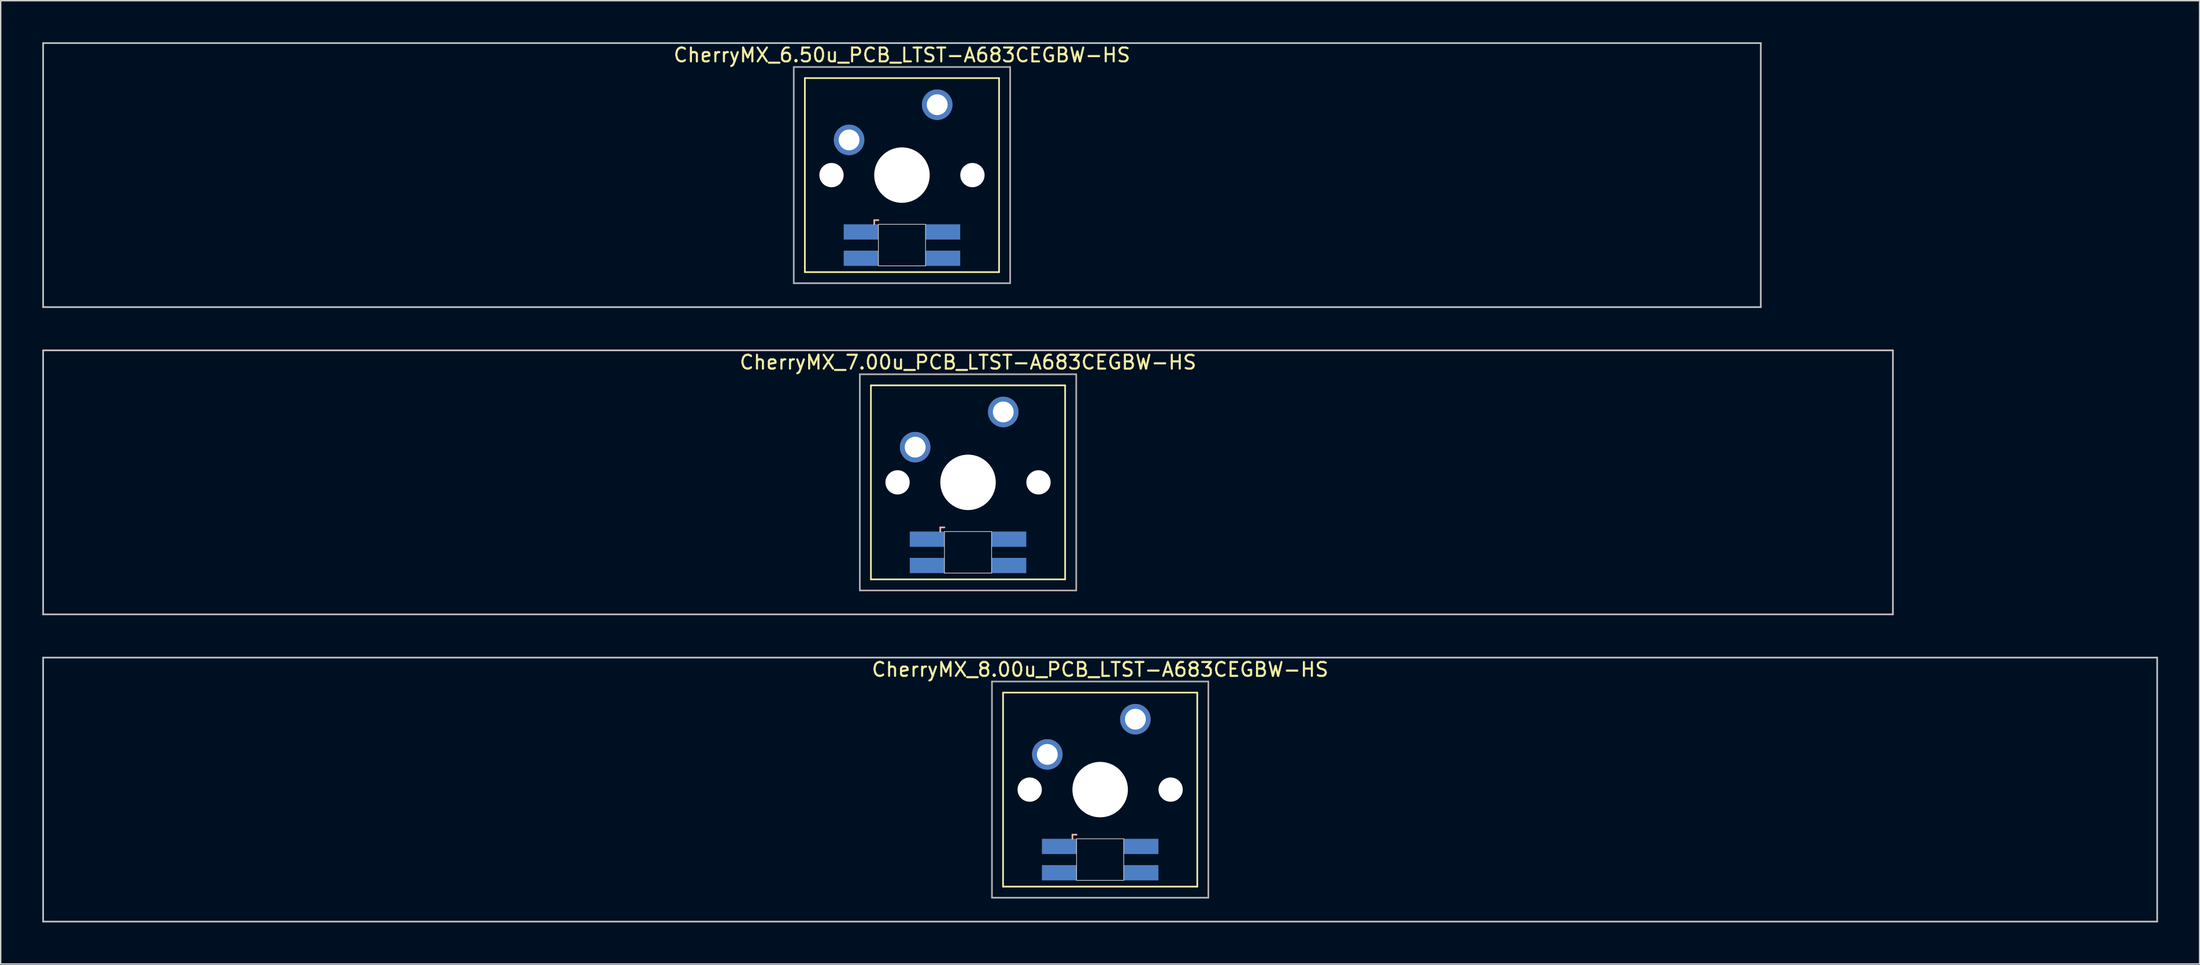
<source format=kicad_pcb>
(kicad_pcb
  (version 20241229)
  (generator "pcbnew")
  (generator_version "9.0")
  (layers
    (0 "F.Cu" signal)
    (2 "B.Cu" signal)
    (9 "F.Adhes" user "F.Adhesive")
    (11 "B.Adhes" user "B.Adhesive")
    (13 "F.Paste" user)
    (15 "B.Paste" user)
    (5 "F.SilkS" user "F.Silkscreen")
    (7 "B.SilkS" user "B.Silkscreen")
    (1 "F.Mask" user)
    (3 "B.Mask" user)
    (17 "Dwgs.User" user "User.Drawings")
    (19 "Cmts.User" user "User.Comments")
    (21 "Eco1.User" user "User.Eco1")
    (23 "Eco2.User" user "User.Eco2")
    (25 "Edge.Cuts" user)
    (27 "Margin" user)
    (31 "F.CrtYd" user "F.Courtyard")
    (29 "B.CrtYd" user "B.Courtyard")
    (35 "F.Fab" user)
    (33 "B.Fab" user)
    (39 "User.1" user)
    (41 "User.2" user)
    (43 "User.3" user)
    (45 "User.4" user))
  (footprint "CherryMX_6.50u_PCB_LTST-A683CEGBW-HS"
    (layer "F.Cu")
    (at 61.972 9.585)
    (property "Reference" "CherryMX_6.50u_PCB_LTST-A683CEGBW-HS" (at 0 -8.662 0) (layer "F.SilkS") (effects (font (size 1 1) (thickness 0.15))))
    (attr through_hole)
    (fp_line (start -7 -7) (end -7 7) (stroke (width 0.12) (type solid)) (layer "F.SilkS"))
    (fp_line (start -7 -7) (end 7 -7) (stroke (width 0.12) (type solid)) (layer "F.SilkS"))
    (fp_line (start 7 -7) (end 7 7) (stroke (width 0.12) (type solid)) (layer "F.SilkS"))
    (fp_line (start 7 7) (end -7 7) (stroke (width 0.12) (type solid)) (layer "F.SilkS"))
    (fp_line (start -2 3.25) (end -2 3.55) (stroke (width 0.12) (type solid)) (layer "B.SilkS"))
    (fp_line (start -1.7 3.25) (end -2 3.25) (stroke (width 0.12) (type solid)) (layer "B.SilkS"))
    (fp_line (start -61.913 -9.525) (end 61.913 -9.525) (stroke (width 0.12) (type solid)) (layer "Dwgs.User"))
    (fp_line (start -61.913 9.525) (end -61.913 -9.525) (stroke (width 0.12) (type solid)) (layer "Dwgs.User"))
    (fp_line (start 61.913 -9.525) (end 61.913 9.525) (stroke (width 0.12) (type solid)) (layer "Dwgs.User"))
    (fp_line (start 61.913 9.525) (end -61.913 9.525) (stroke (width 0.12) (type solid)) (layer "Dwgs.User"))
    (fp_line (start -1.7 3.55) (end 1.7 3.55) (stroke (width 0.05) (type solid)) (layer "Edge.Cuts"))
    (fp_line (start -1.7 6.55) (end -1.7 3.55) (stroke (width 0.05) (type solid)) (layer "Edge.Cuts"))
    (fp_line (start 1.7 3.55) (end 1.7 6.55) (stroke (width 0.05) (type solid)) (layer "Edge.Cuts"))
    (fp_line (start 1.7 6.55) (end -1.7 6.55) (stroke (width 0.05) (type solid)) (layer "Edge.Cuts"))
    (fp_line (start -7.8 -7.8) (end -7.8 7.8) (stroke (width 0.12) (type solid)) (layer "F.Fab"))
    (fp_line (start -7.8 -7.8) (end 7.8 -7.8) (stroke (width 0.12) (type solid)) (layer "F.Fab"))
    (fp_line (start -7.8 7.8) (end 7.8 7.8) (stroke (width 0.12) (type solid)) (layer "F.Fab"))
    (fp_line (start 7.8 -7.8) (end 7.8 7.8) (stroke (width 0.12) (type solid)) (layer "F.Fab"))
    (pad "" np_thru_hole circle (at -5.08 0) (size 1.75 1.75) (drill 1.75) (layers "*.Cu" "*.Mask"))
    (pad "" np_thru_hole circle (at 0 0) (size 4 4) (drill 4) (layers "*.Cu" "*.Mask"))
    (pad "" np_thru_hole circle (at 5.08 0) (size 1.75 1.75) (drill 1.75) (layers "*.Cu" "*.Mask"))
    (pad "1" thru_hole circle (at -3.81 -2.54) (size 2.2 2.2) (drill 1.5) (layers "*.Cu" "*.Mask"))
    (pad "2" thru_hole circle (at 2.54 -5.08) (size 2.2 2.2) (drill 1.5) (layers "*.Cu" "*.Mask"))
    (pad "3" smd rect (at -2.95 4.1) (size 2.5 1.1) (layers "B.Cu" "B.Mask" "B.Paste"))
    (pad "4" smd rect (at -2.95 6) (size 2.5 1.1) (layers "B.Cu" "B.Mask" "B.Paste"))
    (pad "5" smd rect (at 2.95 4.1) (size 2.5 1.1) (layers "B.Cu" "B.Mask" "B.Paste"))
    (pad "6" smd rect (at 2.95 6) (size 2.5 1.1) (layers "B.Cu" "B.Mask" "B.Paste")))
  (footprint "CherryMX_8.00u_PCB_LTST-A683CEGBW-HS"
    (layer "F.Cu")
    (at 76.26 53.925)
    (property "Reference" "CherryMX_8.00u_PCB_LTST-A683CEGBW-HS" (at 0 -8.662 0) (layer "F.SilkS") (effects (font (size 1 1) (thickness 0.15))))
    (attr through_hole)
    (fp_line (start -7 -7) (end -7 7) (stroke (width 0.12) (type solid)) (layer "F.SilkS"))
    (fp_line (start -7 -7) (end 7 -7) (stroke (width 0.12) (type solid)) (layer "F.SilkS"))
    (fp_line (start 7 -7) (end 7 7) (stroke (width 0.12) (type solid)) (layer "F.SilkS"))
    (fp_line (start 7 7) (end -7 7) (stroke (width 0.12) (type solid)) (layer "F.SilkS"))
    (fp_line (start -2 3.25) (end -2 3.55) (stroke (width 0.12) (type solid)) (layer "B.SilkS"))
    (fp_line (start -1.7 3.25) (end -2 3.25) (stroke (width 0.12) (type solid)) (layer "B.SilkS"))
    (fp_line (start -76.2 -9.525) (end 76.2 -9.525) (stroke (width 0.12) (type solid)) (layer "Dwgs.User"))
    (fp_line (start -76.2 9.525) (end -76.2 -9.525) (stroke (width 0.12) (type solid)) (layer "Dwgs.User"))
    (fp_line (start 76.2 -9.525) (end 76.2 9.525) (stroke (width 0.12) (type solid)) (layer "Dwgs.User"))
    (fp_line (start 76.2 9.525) (end -76.2 9.525) (stroke (width 0.12) (type solid)) (layer "Dwgs.User"))
    (fp_line (start -1.7 3.55) (end 1.7 3.55) (stroke (width 0.05) (type solid)) (layer "Edge.Cuts"))
    (fp_line (start -1.7 6.55) (end -1.7 3.55) (stroke (width 0.05) (type solid)) (layer "Edge.Cuts"))
    (fp_line (start 1.7 3.55) (end 1.7 6.55) (stroke (width 0.05) (type solid)) (layer "Edge.Cuts"))
    (fp_line (start 1.7 6.55) (end -1.7 6.55) (stroke (width 0.05) (type solid)) (layer "Edge.Cuts"))
    (fp_line (start -7.8 -7.8) (end -7.8 7.8) (stroke (width 0.12) (type solid)) (layer "F.Fab"))
    (fp_line (start -7.8 -7.8) (end 7.8 -7.8) (stroke (width 0.12) (type solid)) (layer "F.Fab"))
    (fp_line (start -7.8 7.8) (end 7.8 7.8) (stroke (width 0.12) (type solid)) (layer "F.Fab"))
    (fp_line (start 7.8 -7.8) (end 7.8 7.8) (stroke (width 0.12) (type solid)) (layer "F.Fab"))
    (pad "" np_thru_hole circle (at -5.08 0) (size 1.75 1.75) (drill 1.75) (layers "*.Cu" "*.Mask"))
    (pad "" np_thru_hole circle (at 0 0) (size 4 4) (drill 4) (layers "*.Cu" "*.Mask"))
    (pad "" np_thru_hole circle (at 5.08 0) (size 1.75 1.75) (drill 1.75) (layers "*.Cu" "*.Mask"))
    (pad "1" thru_hole circle (at -3.81 -2.54) (size 2.2 2.2) (drill 1.5) (layers "*.Cu" "*.Mask"))
    (pad "2" thru_hole circle (at 2.54 -5.08) (size 2.2 2.2) (drill 1.5) (layers "*.Cu" "*.Mask"))
    (pad "3" smd rect (at -2.95 4.1) (size 2.5 1.1) (layers "B.Cu" "B.Mask" "B.Paste"))
    (pad "4" smd rect (at -2.95 6) (size 2.5 1.1) (layers "B.Cu" "B.Mask" "B.Paste"))
    (pad "5" smd rect (at 2.95 4.1) (size 2.5 1.1) (layers "B.Cu" "B.Mask" "B.Paste"))
    (pad "6" smd rect (at 2.95 6) (size 2.5 1.1) (layers "B.Cu" "B.Mask" "B.Paste")))
  (footprint "CherryMX_7.00u_PCB_LTST-A683CEGBW-HS"
    (layer "F.Cu")
    (at 66.735 31.755)
    (property "Reference" "CherryMX_7.00u_PCB_LTST-A683CEGBW-HS" (at 0 -8.662 0) (layer "F.SilkS") (effects (font (size 1 1) (thickness 0.15))))
    (attr through_hole)
    (fp_line (start -7 -7) (end -7 7) (stroke (width 0.12) (type solid)) (layer "F.SilkS"))
    (fp_line (start -7 -7) (end 7 -7) (stroke (width 0.12) (type solid)) (layer "F.SilkS"))
    (fp_line (start 7 -7) (end 7 7) (stroke (width 0.12) (type solid)) (layer "F.SilkS"))
    (fp_line (start 7 7) (end -7 7) (stroke (width 0.12) (type solid)) (layer "F.SilkS"))
    (fp_line (start -2 3.25) (end -2 3.55) (stroke (width 0.12) (type solid)) (layer "B.SilkS"))
    (fp_line (start -1.7 3.25) (end -2 3.25) (stroke (width 0.12) (type solid)) (layer "B.SilkS"))
    (fp_line (start -66.675 -9.525) (end 66.675 -9.525) (stroke (width 0.12) (type solid)) (layer "Dwgs.User"))
    (fp_line (start -66.675 9.525) (end -66.675 -9.525) (stroke (width 0.12) (type solid)) (layer "Dwgs.User"))
    (fp_line (start 66.675 -9.525) (end 66.675 9.525) (stroke (width 0.12) (type solid)) (layer "Dwgs.User"))
    (fp_line (start 66.675 9.525) (end -66.675 9.525) (stroke (width 0.12) (type solid)) (layer "Dwgs.User"))
    (fp_line (start -1.7 3.55) (end 1.7 3.55) (stroke (width 0.05) (type solid)) (layer "Edge.Cuts"))
    (fp_line (start -1.7 6.55) (end -1.7 3.55) (stroke (width 0.05) (type solid)) (layer "Edge.Cuts"))
    (fp_line (start 1.7 3.55) (end 1.7 6.55) (stroke (width 0.05) (type solid)) (layer "Edge.Cuts"))
    (fp_line (start 1.7 6.55) (end -1.7 6.55) (stroke (width 0.05) (type solid)) (layer "Edge.Cuts"))
    (fp_line (start -7.8 -7.8) (end -7.8 7.8) (stroke (width 0.12) (type solid)) (layer "F.Fab"))
    (fp_line (start -7.8 -7.8) (end 7.8 -7.8) (stroke (width 0.12) (type solid)) (layer "F.Fab"))
    (fp_line (start -7.8 7.8) (end 7.8 7.8) (stroke (width 0.12) (type solid)) (layer "F.Fab"))
    (fp_line (start 7.8 -7.8) (end 7.8 7.8) (stroke (width 0.12) (type solid)) (layer "F.Fab"))
    (pad "" np_thru_hole circle (at -5.08 0) (size 1.75 1.75) (drill 1.75) (layers "*.Cu" "*.Mask"))
    (pad "" np_thru_hole circle (at 0 0) (size 4 4) (drill 4) (layers "*.Cu" "*.Mask"))
    (pad "" np_thru_hole circle (at 5.08 0) (size 1.75 1.75) (drill 1.75) (layers "*.Cu" "*.Mask"))
    (pad "1" thru_hole circle (at -3.81 -2.54) (size 2.2 2.2) (drill 1.5) (layers "*.Cu" "*.Mask"))
    (pad "2" thru_hole circle (at 2.54 -5.08) (size 2.2 2.2) (drill 1.5) (layers "*.Cu" "*.Mask"))
    (pad "3" smd rect (at -2.95 4.1) (size 2.5 1.1) (layers "B.Cu" "B.Mask" "B.Paste"))
    (pad "4" smd rect (at -2.95 6) (size 2.5 1.1) (layers "B.Cu" "B.Mask" "B.Paste"))
    (pad "5" smd rect (at 2.95 4.1) (size 2.5 1.1) (layers "B.Cu" "B.Mask" "B.Paste"))
    (pad "6" smd rect (at 2.95 6) (size 2.5 1.1) (layers "B.Cu" "B.Mask" "B.Paste")))
  (gr_rect
    (start -3 -3)
    (end 155.52 66.51)
    (stroke (width 0.1) (type default))
    (fill no)
    (layer "Edge.Cuts")))
</source>
